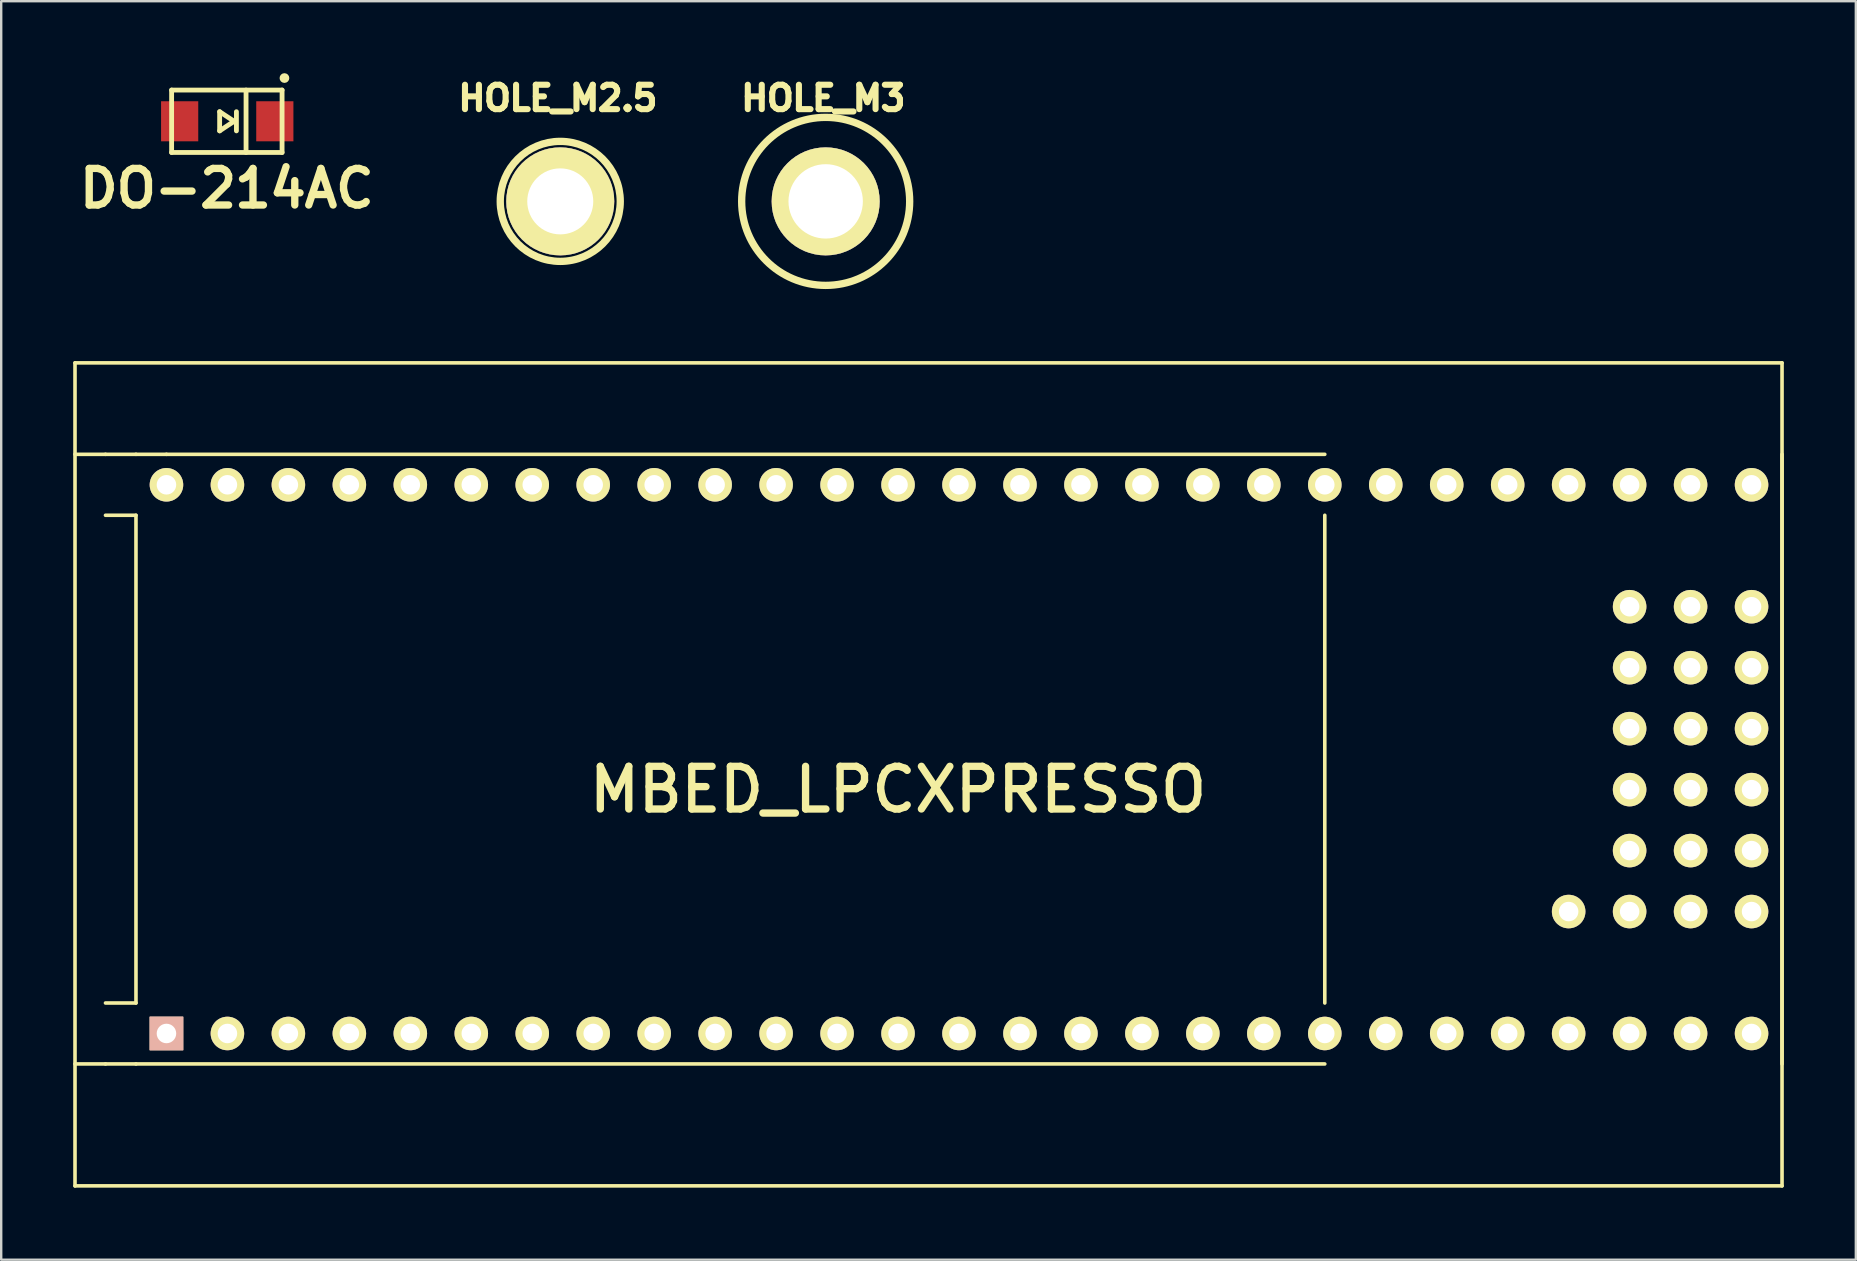
<source format=kicad_pcb>
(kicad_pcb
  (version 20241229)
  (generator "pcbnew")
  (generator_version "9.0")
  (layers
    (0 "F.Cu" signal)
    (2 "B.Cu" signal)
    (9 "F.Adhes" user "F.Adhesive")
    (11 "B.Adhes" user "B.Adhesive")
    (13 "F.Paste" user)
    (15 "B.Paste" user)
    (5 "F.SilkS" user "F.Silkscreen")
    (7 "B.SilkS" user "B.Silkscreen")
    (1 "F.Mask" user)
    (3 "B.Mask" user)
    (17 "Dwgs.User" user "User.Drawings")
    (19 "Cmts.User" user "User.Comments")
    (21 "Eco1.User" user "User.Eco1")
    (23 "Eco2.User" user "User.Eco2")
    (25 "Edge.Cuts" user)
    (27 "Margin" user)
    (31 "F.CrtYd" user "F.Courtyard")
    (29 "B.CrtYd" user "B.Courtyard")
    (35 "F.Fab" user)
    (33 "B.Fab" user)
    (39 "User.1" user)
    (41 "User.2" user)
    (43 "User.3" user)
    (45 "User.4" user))
  (footprint "HOLE_M3"
    (layer "F.Cu")
    (at 31.35 5.34)
    (property "Reference" "HOLE_M3" (at -0.099 -4.3 0) (layer "F.SilkS") (effects (font (size 1.016 1.016) (thickness 0.254))))
    (attr through_hole)
    (fp_circle (center 0 0) (end 3.5 0) (stroke (width 0.305) (type solid)) (fill no) (layer "F.SilkS"))
    (pad "" thru_hole circle (at 0 0) (size 4.501 4.501) (drill 3.099) (layers "*.Cu" "*.Mask" "F.SilkS")))
  (footprint "MBED_LPCXPRESSO"
    (layer "F.Cu")
    (at 34.365 28.578)
    (property "Reference" "MBED_LPCXPRESSO" (at 0 1.27 0) (layer "F.SilkS") (effects (font (size 1.778 1.778) (thickness 0.305))))
    (attr through_hole)
    (fp_line (start -34.29 -16.51) (end 36.83 -16.51) (stroke (width 0.15) (type solid)) (layer "F.SilkS"))
    (fp_line (start -34.29 17.78) (end -34.29 -16.51) (stroke (width 0.15) (type solid)) (layer "F.SilkS"))
    (fp_line (start -33.02 -12.7) (end -34.29 -12.7) (stroke (width 0.15) (type solid)) (layer "F.SilkS"))
    (fp_line (start -33.02 10.16) (end -31.75 10.16) (stroke (width 0.15) (type solid)) (layer "F.SilkS"))
    (fp_line (start -33.02 12.7) (end -34.29 12.7) (stroke (width 0.15) (type solid)) (layer "F.SilkS"))
    (fp_line (start -31.75 -12.7) (end -33.02 -12.7) (stroke (width 0.15) (type solid)) (layer "F.SilkS"))
    (fp_line (start -31.75 -10.16) (end -33.02 -10.16) (stroke (width 0.15) (type solid)) (layer "F.SilkS"))
    (fp_line (start -31.75 10.16) (end -31.75 -10.16) (stroke (width 0.15) (type solid)) (layer "F.SilkS"))
    (fp_line (start -31.75 12.7) (end -33.02 12.7) (stroke (width 0.15) (type solid)) (layer "F.SilkS"))
    (fp_line (start -30.48 -12.7) (end -31.75 -12.7) (stroke (width 0.15) (type solid)) (layer "F.SilkS"))
    (fp_line (start -30.48 -12.7) (end 17.78 -12.7) (stroke (width 0.15) (type solid)) (layer "F.SilkS"))
    (fp_line (start 17.78 10.16) (end 17.78 -10.16) (stroke (width 0.15) (type solid)) (layer "F.SilkS"))
    (fp_line (start 17.78 12.7) (end -31.75 12.7) (stroke (width 0.15) (type solid)) (layer "F.SilkS"))
    (fp_line (start 36.83 -16.51) (end 36.83 17.78) (stroke (width 0.15) (type solid)) (layer "F.SilkS"))
    (fp_line (start 36.83 12.7) (end 36.83 -12.7) (stroke (width 0.15) (type solid)) (layer "F.SilkS"))
    (fp_line (start 36.83 17.78) (end -34.29 17.78) (stroke (width 0.15) (type solid)) (layer "F.SilkS"))
    (pad "1" thru_hole rect (at -30.48 11.43) (size 1.397 1.397) (drill 0.813) (layers "*.Cu" "*.SilkS" "*.Mask"))
    (pad "2" thru_hole circle (at -27.94 11.43) (size 1.397 1.397) (drill 0.813) (layers "*.Cu" "*.Mask" "F.SilkS"))
    (pad "3" thru_hole circle (at -25.4 11.43) (size 1.397 1.397) (drill 0.813) (layers "*.Cu" "*.Mask" "F.SilkS"))
    (pad "4" thru_hole circle (at -22.86 11.43) (size 1.397 1.397) (drill 0.813) (layers "*.Cu" "*.Mask" "F.SilkS"))
    (pad "5" thru_hole circle (at -20.32 11.43) (size 1.397 1.397) (drill 0.813) (layers "*.Cu" "*.Mask" "F.SilkS"))
    (pad "6" thru_hole circle (at -17.78 11.43) (size 1.397 1.397) (drill 0.813) (layers "*.Cu" "*.Mask" "F.SilkS"))
    (pad "7" thru_hole circle (at -15.24 11.43) (size 1.397 1.397) (drill 0.813) (layers "*.Cu" "*.Mask" "F.SilkS"))
    (pad "8" thru_hole circle (at -12.7 11.43) (size 1.397 1.397) (drill 0.813) (layers "*.Cu" "*.Mask" "F.SilkS"))
    (pad "9" thru_hole circle (at -10.16 11.43) (size 1.397 1.397) (drill 0.813) (layers "*.Cu" "*.Mask" "F.SilkS"))
    (pad "10" thru_hole circle (at -7.62 11.43) (size 1.397 1.397) (drill 0.813) (layers "*.Cu" "*.Mask" "F.SilkS"))
    (pad "11" thru_hole circle (at -5.08 11.43) (size 1.397 1.397) (drill 0.813) (layers "*.Cu" "*.Mask" "F.SilkS"))
    (pad "12" thru_hole circle (at -2.54 11.43) (size 1.397 1.397) (drill 0.813) (layers "*.Cu" "*.Mask" "F.SilkS"))
    (pad "13" thru_hole circle (at 0 11.43) (size 1.397 1.397) (drill 0.813) (layers "*.Cu" "*.Mask" "F.SilkS"))
    (pad "14" thru_hole circle (at 2.54 11.43) (size 1.397 1.397) (drill 0.813) (layers "*.Cu" "*.Mask" "F.SilkS"))
    (pad "15" thru_hole circle (at 5.08 11.43) (size 1.397 1.397) (drill 0.813) (layers "*.Cu" "*.Mask" "F.SilkS"))
    (pad "16" thru_hole circle (at 7.62 11.43) (size 1.397 1.397) (drill 0.813) (layers "*.Cu" "*.Mask" "F.SilkS"))
    (pad "17" thru_hole circle (at 10.16 11.43) (size 1.397 1.397) (drill 0.813) (layers "*.Cu" "*.Mask" "F.SilkS"))
    (pad "18" thru_hole circle (at 12.7 11.43) (size 1.397 1.397) (drill 0.813) (layers "*.Cu" "*.Mask" "F.SilkS"))
    (pad "19" thru_hole circle (at 15.24 11.43) (size 1.397 1.397) (drill 0.813) (layers "*.Cu" "*.Mask" "F.SilkS"))
    (pad "20" thru_hole circle (at 17.78 11.43) (size 1.397 1.397) (drill 0.813) (layers "*.Cu" "*.Mask" "F.SilkS"))
    (pad "21" thru_hole circle (at 20.32 11.43) (size 1.397 1.397) (drill 0.813) (layers "*.Cu" "*.Mask" "F.SilkS"))
    (pad "22" thru_hole circle (at 22.86 11.43) (size 1.397 1.397) (drill 0.813) (layers "*.Cu" "*.Mask" "F.SilkS"))
    (pad "23" thru_hole circle (at 25.4 11.43) (size 1.397 1.397) (drill 0.813) (layers "*.Cu" "*.Mask" "F.SilkS"))
    (pad "24" thru_hole circle (at 27.94 11.43) (size 1.397 1.397) (drill 0.813) (layers "*.Cu" "*.Mask" "F.SilkS"))
    (pad "25" thru_hole circle (at 30.48 11.43) (size 1.397 1.397) (drill 0.813) (layers "*.Cu" "*.Mask" "F.SilkS"))
    (pad "26" thru_hole circle (at 33.02 11.43) (size 1.397 1.397) (drill 0.813) (layers "*.Cu" "*.Mask" "F.SilkS"))
    (pad "27" thru_hole circle (at 35.56 11.43) (size 1.397 1.397) (drill 0.813) (layers "*.Cu" "*.Mask" "F.SilkS"))
    (pad "28" thru_hole circle (at -30.48 -11.43) (size 1.397 1.397) (drill 0.813) (layers "*.Cu" "*.Mask" "F.SilkS"))
    (pad "29" thru_hole circle (at -27.94 -11.43) (size 1.397 1.397) (drill 0.813) (layers "*.Cu" "*.Mask" "F.SilkS"))
    (pad "30" thru_hole circle (at -25.4 -11.43) (size 1.397 1.397) (drill 0.813) (layers "*.Cu" "*.Mask" "F.SilkS"))
    (pad "31" thru_hole circle (at -22.86 -11.43) (size 1.397 1.397) (drill 0.813) (layers "*.Cu" "*.Mask" "F.SilkS"))
    (pad "32" thru_hole circle (at -20.32 -11.43) (size 1.397 1.397) (drill 0.813) (layers "*.Cu" "*.Mask" "F.SilkS"))
    (pad "33" thru_hole circle (at -17.78 -11.43) (size 1.397 1.397) (drill 0.813) (layers "*.Cu" "*.Mask" "F.SilkS"))
    (pad "34" thru_hole circle (at -15.24 -11.43) (size 1.397 1.397) (drill 0.813) (layers "*.Cu" "*.Mask" "F.SilkS"))
    (pad "35" thru_hole circle (at -12.7 -11.43) (size 1.397 1.397) (drill 0.813) (layers "*.Cu" "*.Mask" "F.SilkS"))
    (pad "36" thru_hole circle (at -10.16 -11.43) (size 1.397 1.397) (drill 0.813) (layers "*.Cu" "*.Mask" "F.SilkS"))
    (pad "37" thru_hole circle (at -7.62 -11.43) (size 1.397 1.397) (drill 0.813) (layers "*.Cu" "*.Mask" "F.SilkS"))
    (pad "38" thru_hole circle (at -5.08 -11.43) (size 1.397 1.397) (drill 0.813) (layers "*.Cu" "*.Mask" "F.SilkS"))
    (pad "39" thru_hole circle (at -2.54 -11.43) (size 1.397 1.397) (drill 0.813) (layers "*.Cu" "*.Mask" "F.SilkS"))
    (pad "40" thru_hole circle (at 0 -11.43) (size 1.397 1.397) (drill 0.813) (layers "*.Cu" "*.Mask" "F.SilkS"))
    (pad "41" thru_hole circle (at 2.54 -11.43) (size 1.397 1.397) (drill 0.813) (layers "*.Cu" "*.Mask" "F.SilkS"))
    (pad "42" thru_hole circle (at 5.08 -11.43) (size 1.397 1.397) (drill 0.813) (layers "*.Cu" "*.Mask" "F.SilkS"))
    (pad "43" thru_hole circle (at 7.62 -11.43) (size 1.397 1.397) (drill 0.813) (layers "*.Cu" "*.Mask" "F.SilkS"))
    (pad "44" thru_hole circle (at 10.16 -11.43) (size 1.397 1.397) (drill 0.813) (layers "*.Cu" "*.Mask" "F.SilkS"))
    (pad "45" thru_hole circle (at 12.7 -11.43) (size 1.397 1.397) (drill 0.813) (layers "*.Cu" "*.Mask" "F.SilkS"))
    (pad "46" thru_hole circle (at 15.24 -11.43) (size 1.397 1.397) (drill 0.813) (layers "*.Cu" "*.Mask" "F.SilkS"))
    (pad "47" thru_hole circle (at 17.78 -11.43) (size 1.397 1.397) (drill 0.813) (layers "*.Cu" "*.Mask" "F.SilkS"))
    (pad "48" thru_hole circle (at 20.32 -11.43) (size 1.397 1.397) (drill 0.813) (layers "*.Cu" "*.Mask" "F.SilkS"))
    (pad "49" thru_hole circle (at 22.86 -11.43) (size 1.397 1.397) (drill 0.813) (layers "*.Cu" "*.Mask" "F.SilkS"))
    (pad "50" thru_hole circle (at 25.4 -11.43) (size 1.397 1.397) (drill 0.813) (layers "*.Cu" "*.Mask" "F.SilkS"))
    (pad "51" thru_hole circle (at 27.94 -11.43) (size 1.397 1.397) (drill 0.813) (layers "*.Cu" "*.Mask" "F.SilkS"))
    (pad "52" thru_hole circle (at 30.48 -11.43) (size 1.397 1.397) (drill 0.813) (layers "*.Cu" "*.Mask" "F.SilkS"))
    (pad "53" thru_hole circle (at 33.02 -11.43) (size 1.397 1.397) (drill 0.813) (layers "*.Cu" "*.Mask" "F.SilkS"))
    (pad "54" thru_hole circle (at 35.56 -11.43) (size 1.397 1.397) (drill 0.813) (layers "*.Cu" "*.Mask" "F.SilkS"))
    (pad "101" thru_hole circle (at 35.56 -6.35) (size 1.397 1.397) (drill 0.813) (layers "*.Cu" "*.Mask" "F.SilkS"))
    (pad "102" thru_hole circle (at 33.02 -6.35) (size 1.397 1.397) (drill 0.813) (layers "*.Cu" "*.Mask" "F.SilkS"))
    (pad "103" thru_hole circle (at 30.48 -6.35) (size 1.397 1.397) (drill 0.813) (layers "*.Cu" "*.Mask" "F.SilkS"))
    (pad "104" thru_hole circle (at 35.56 -3.81) (size 1.397 1.397) (drill 0.813) (layers "*.Cu" "*.Mask" "F.SilkS"))
    (pad "105" thru_hole circle (at 33.02 -3.81) (size 1.397 1.397) (drill 0.813) (layers "*.Cu" "*.Mask" "F.SilkS"))
    (pad "106" thru_hole circle (at 30.48 -3.81) (size 1.397 1.397) (drill 0.813) (layers "*.Cu" "*.Mask" "F.SilkS"))
    (pad "107" thru_hole circle (at 35.56 -1.27) (size 1.397 1.397) (drill 0.813) (layers "*.Cu" "*.Mask" "F.SilkS"))
    (pad "108" thru_hole circle (at 33.02 -1.27) (size 1.397 1.397) (drill 0.813) (layers "*.Cu" "*.Mask" "F.SilkS"))
    (pad "109" thru_hole circle (at 30.48 -1.27) (size 1.397 1.397) (drill 0.813) (layers "*.Cu" "*.Mask" "F.SilkS"))
    (pad "110" thru_hole circle (at 35.56 1.27) (size 1.397 1.397) (drill 0.813) (layers "*.Cu" "*.Mask" "F.SilkS"))
    (pad "111" thru_hole circle (at 33.02 1.27) (size 1.397 1.397) (drill 0.813) (layers "*.Cu" "*.Mask" "F.SilkS"))
    (pad "112" thru_hole circle (at 30.48 1.27) (size 1.397 1.397) (drill 0.813) (layers "*.Cu" "*.Mask" "F.SilkS"))
    (pad "113" thru_hole circle (at 35.56 3.81) (size 1.397 1.397) (drill 0.813) (layers "*.Cu" "*.Mask" "F.SilkS"))
    (pad "114" thru_hole circle (at 33.02 3.81) (size 1.397 1.397) (drill 0.813) (layers "*.Cu" "*.Mask" "F.SilkS"))
    (pad "115" thru_hole circle (at 30.48 3.81) (size 1.397 1.397) (drill 0.813) (layers "*.Cu" "*.Mask" "F.SilkS"))
    (pad "116" thru_hole circle (at 35.56 6.35) (size 1.397 1.397) (drill 0.813) (layers "*.Cu" "*.Mask" "F.SilkS"))
    (pad "117" thru_hole circle (at 33.02 6.35) (size 1.397 1.397) (drill 0.813) (layers "*.Cu" "*.Mask" "F.SilkS"))
    (pad "118" thru_hole circle (at 30.48 6.35) (size 1.397 1.397) (drill 0.813) (layers "*.Cu" "*.Mask" "F.SilkS"))
    (pad "119" thru_hole circle (at 27.94 6.35) (size 1.397 1.397) (drill 0.813) (layers "*.Cu" "*.Mask" "F.SilkS")))
  (footprint "HOLE_M2.5"
    (layer "F.Cu")
    (at 20.292 5.34)
    (property "Reference" "HOLE_M2.5" (at -0.099 -4.3 0) (layer "F.SilkS") (effects (font (size 1.016 1.016) (thickness 0.254))))
    (attr through_hole)
    (fp_circle (center 0 0) (end 2.5 0) (stroke (width 0.305) (type solid)) (fill no) (layer "F.SilkS"))
    (pad "" thru_hole circle (at 0 0) (size 4.5 4.5) (drill 2.75) (layers "*.Cu" "*.Mask" "F.SilkS")))
  (footprint "DO-214AC"
    (layer "F.Cu")
    (at 6.401 2.003)
    (property "Reference" "DO-214AC" (at 0 2.799 0) (layer "F.SilkS") (effects (font (size 1.524 1.524) (thickness 0.305))))
    (attr through_hole)
    (fp_line (start -2.301 -1.3) (end 2.301 -1.3) (stroke (width 0.201) (type solid)) (layer "F.SilkS"))
    (fp_line (start -2.301 1.3) (end -2.301 -1.3) (stroke (width 0.201) (type solid)) (layer "F.SilkS"))
    (fp_line (start -2.301 1.3) (end 2.301 1.3) (stroke (width 0.201) (type solid)) (layer "F.SilkS"))
    (fp_line (start -0.3 -0.399) (end 0.3 0) (stroke (width 0.201) (type solid)) (layer "F.SilkS"))
    (fp_line (start -0.3 0.399) (end -0.3 -0.399) (stroke (width 0.201) (type solid)) (layer "F.SilkS"))
    (fp_line (start 0.3 0) (end -0.3 0.399) (stroke (width 0.201) (type solid)) (layer "F.SilkS"))
    (fp_line (start 0.399 -0.399) (end 0.399 0.399) (stroke (width 0.201) (type solid)) (layer "F.SilkS"))
    (fp_line (start 0.8 -1.3) (end 0.8 1.3) (stroke (width 0.201) (type solid)) (layer "F.SilkS"))
    (fp_line (start 2.301 -1.3) (end 2.301 1.3) (stroke (width 0.201) (type solid)) (layer "F.SilkS"))
    (fp_circle (center 2.4 -1.801) (end 2.4 -1.699) (stroke (width 0.201) (type solid)) (fill no) (layer "F.SilkS"))
    (pad "1" smd rect (at 1.999 0) (size 1.549 1.669) (layers "F.Cu" "F.Mask" "F.Paste"))
    (pad "2" smd rect (at -1.966 0) (size 1.549 1.669) (layers "F.Cu" "F.Mask" "F.Paste")))
  (gr_rect
    (start -3 -3)
    (end 74.27 49.433)
    (stroke (width 0.1) (type default))
    (fill no)
    (layer "Edge.Cuts")))
</source>
